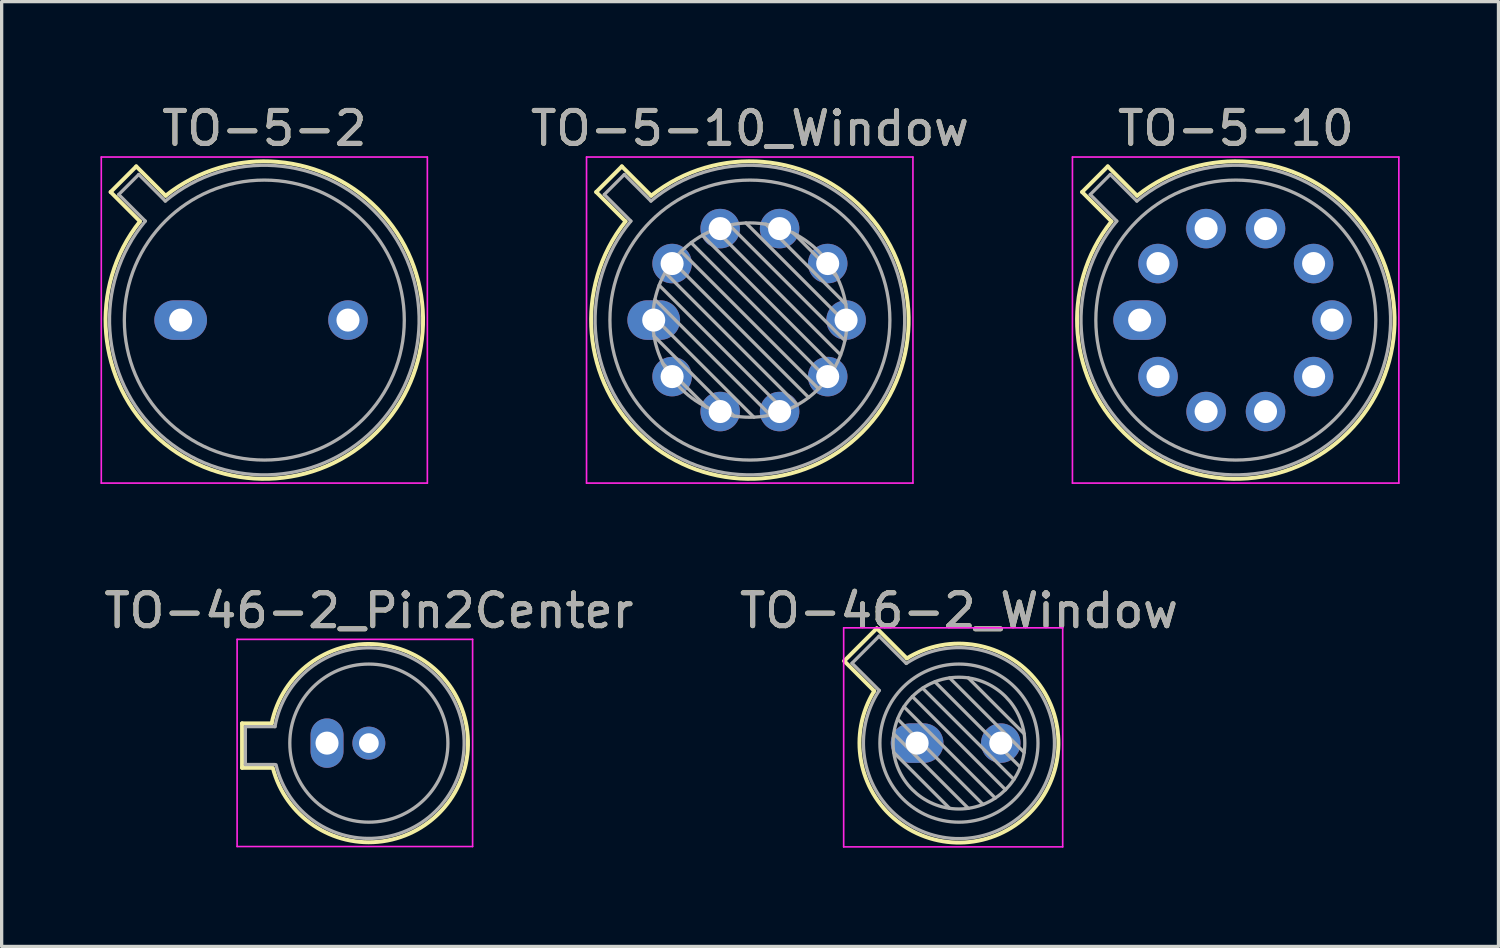
<source format=kicad_pcb>
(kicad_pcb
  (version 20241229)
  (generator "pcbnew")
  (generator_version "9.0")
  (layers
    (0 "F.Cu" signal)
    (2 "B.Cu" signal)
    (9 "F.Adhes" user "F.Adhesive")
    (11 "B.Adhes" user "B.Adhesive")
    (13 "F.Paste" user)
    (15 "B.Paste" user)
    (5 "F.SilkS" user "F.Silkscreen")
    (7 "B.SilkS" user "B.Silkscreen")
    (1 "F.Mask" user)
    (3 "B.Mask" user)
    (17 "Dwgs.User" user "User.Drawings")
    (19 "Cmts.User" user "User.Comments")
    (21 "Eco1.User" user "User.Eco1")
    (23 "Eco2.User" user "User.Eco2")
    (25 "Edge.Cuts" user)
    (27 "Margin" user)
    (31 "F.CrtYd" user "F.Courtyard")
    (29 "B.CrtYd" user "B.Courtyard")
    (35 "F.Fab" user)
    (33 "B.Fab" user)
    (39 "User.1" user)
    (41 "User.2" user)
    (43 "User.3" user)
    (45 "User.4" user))
  (footprint "TO-5-2"
    (layer "F.Cu")
    (at 2.435 6.668)
    (property "Reference" "TO-5-2" (at 2.54 -5.82 0) (layer "F.SilkS") (effects (font (size 1 1) (thickness 0.15))))
    (attr through_hole)
    (fp_line (start -2.126 -3.888) (end -1.235 -2.997) (stroke (width 0.12) (type solid)) (layer "F.SilkS"))
    (fp_line (start -1.348 -4.666) (end -2.126 -3.888) (stroke (width 0.12) (type solid)) (layer "F.SilkS"))
    (fp_line (start -0.457 -3.775) (end -1.348 -4.666) (stroke (width 0.12) (type solid)) (layer "F.SilkS"))
    (fp_arc (start -0.457084 -3.774902) (mid 5.948125 3.408384) (end -1.234674 -2.997371) (stroke (width 0.12) (type solid)) (layer "F.SilkS"))
    (fp_line (start -2.41 -4.95) (end -2.41 4.95) (stroke (width 0.05) (type solid)) (layer "F.CrtYd"))
    (fp_line (start -2.41 4.95) (end 7.49 4.95) (stroke (width 0.05) (type solid)) (layer "F.CrtYd"))
    (fp_line (start 7.49 -4.95) (end -2.41 -4.95) (stroke (width 0.05) (type solid)) (layer "F.CrtYd"))
    (fp_line (start 7.49 4.95) (end 7.49 -4.95) (stroke (width 0.05) (type solid)) (layer "F.CrtYd"))
    (fp_line (start -1.88 -3.812) (end -1.074 -3.005) (stroke (width 0.1) (type solid)) (layer "F.Fab"))
    (fp_line (start -1.272 -4.42) (end -1.88 -3.812) (stroke (width 0.1) (type solid)) (layer "F.Fab"))
    (fp_line (start -0.465 -3.614) (end -1.272 -4.42) (stroke (width 0.1) (type solid)) (layer "F.Fab"))
    (fp_arc (start -0.465408 -3.61352) (mid 5.863443 3.323361) (end -1.073594 -3.005319) (stroke (width 0.1) (type solid)) (layer "F.Fab"))
    (fp_circle (center 2.54 0) (end 6.79 0) (stroke (width 0.1) (type solid)) (fill no) (layer "F.Fab"))
    (fp_text user "${REFERENCE}" (at 2.54 -5.82 0) (layer "F.Fab") (effects (font (size 1 1) (thickness 0.15))))
    (pad "1" thru_hole oval (at 0 0) (size 1.6 1.2) (drill 0.7) (layers "*.Cu" "*.Mask"))
    (pad "2" thru_hole oval (at 5.08 0) (size 1.2 1.2) (drill 0.7) (layers "*.Cu" "*.Mask")))
  (footprint "TO-46-2_Window"
    (layer "F.Cu")
    (at 24.795 19.512)
    (property "Reference" "TO-46-2_Window" (at 1.27 -4.02 0) (layer "F.SilkS") (effects (font (size 1 1) (thickness 0.15))))
    (attr through_hole)
    (fp_line (start -2.214 -2.494) (end -1.302 -1.582) (stroke (width 0.12) (type solid)) (layer "F.SilkS"))
    (fp_line (start -1.224 -3.484) (end -2.214 -2.494) (stroke (width 0.12) (type solid)) (layer "F.SilkS"))
    (fp_line (start -0.312 -2.572) (end -1.224 -3.484) (stroke (width 0.12) (type solid)) (layer "F.SilkS"))
    (fp_arc (start -0.312331 -2.572281) (mid 3.405374 2.135551) (end -1.30215 -1.582544) (stroke (width 0.12) (type solid)) (layer "F.SilkS"))
    (fp_line (start -2.23 -3.5) (end -2.23 3.15) (stroke (width 0.05) (type solid)) (layer "F.CrtYd"))
    (fp_line (start -2.23 3.15) (end 4.42 3.15) (stroke (width 0.05) (type solid)) (layer "F.CrtYd"))
    (fp_line (start 4.42 -3.5) (end -2.23 -3.5) (stroke (width 0.05) (type solid)) (layer "F.CrtYd"))
    (fp_line (start 4.42 3.15) (end 4.42 -3.5) (stroke (width 0.05) (type solid)) (layer "F.CrtYd"))
    (fp_line (start -1.977 -2.426) (end -1.149 -1.599) (stroke (width 0.1) (type solid)) (layer "F.Fab"))
    (fp_line (start -1.156 -3.247) (end -1.977 -2.426) (stroke (width 0.1) (type solid)) (layer "F.Fab"))
    (fp_line (start -0.71 -0.283) (end 1.553 1.98) (stroke (width 0.1) (type solid)) (layer "F.Fab"))
    (fp_line (start -0.71 0.283) (end 0.987 1.98) (stroke (width 0.1) (type solid)) (layer "F.Fab"))
    (fp_line (start -0.592 -0.731) (end 2.001 1.862) (stroke (width 0.1) (type solid)) (layer "F.Fab"))
    (fp_line (start -0.399 -1.103) (end 2.373 1.669) (stroke (width 0.1) (type solid)) (layer "F.Fab"))
    (fp_line (start -0.329 -2.419) (end -1.156 -3.247) (stroke (width 0.1) (type solid)) (layer "F.Fab"))
    (fp_line (start -0.145 -1.415) (end 2.685 1.415) (stroke (width 0.1) (type solid)) (layer "F.Fab"))
    (fp_line (start 0.167 -1.669) (end 2.939 1.103) (stroke (width 0.1) (type solid)) (layer "F.Fab"))
    (fp_line (start 0.539 -1.862) (end 3.132 0.731) (stroke (width 0.1) (type solid)) (layer "F.Fab"))
    (fp_line (start 0.987 -1.98) (end 3.25 0.283) (stroke (width 0.1) (type solid)) (layer "F.Fab"))
    (fp_line (start 1.553 -1.98) (end 3.25 -0.283) (stroke (width 0.1) (type solid)) (layer "F.Fab"))
    (fp_arc (start -0.329057 -2.419301) (mid 3.321076 2.050143) (end -1.150029 -1.597956) (stroke (width 0.1) (type solid)) (layer "F.Fab"))
    (fp_circle (center 1.27 0) (end 3.27 0) (stroke (width 0.1) (type solid)) (fill no) (layer "F.Fab"))
    (fp_circle (center 1.27 0) (end 3.67 0) (stroke (width 0.1) (type solid)) (fill no) (layer "F.Fab"))
    (fp_text user "${REFERENCE}" (at 1.27 -4.02 0) (layer "F.Fab") (effects (font (size 1 1) (thickness 0.15))))
    (pad "1" thru_hole oval (at 0 0) (size 1.6 1.2) (drill 0.7) (layers "*.Cu" "*.Mask"))
    (pad "2" thru_hole oval (at 2.54 0) (size 1.2 1.2) (drill 0.7) (layers "*.Cu" "*.Mask")))
  (footprint "TO-5-10_Window"
    (layer "F.Cu")
    (at 16.798 6.668)
    (property "Reference" "TO-5-10_Window" (at 2.92 -5.82 0) (layer "F.SilkS") (effects (font (size 1 1) (thickness 0.15))))
    (attr through_hole)
    (fp_line (start -1.746 -3.888) (end -0.855 -2.997) (stroke (width 0.12) (type solid)) (layer "F.SilkS"))
    (fp_line (start -0.968 -4.666) (end -1.746 -3.888) (stroke (width 0.12) (type solid)) (layer "F.SilkS"))
    (fp_line (start -0.077 -3.775) (end -0.968 -4.666) (stroke (width 0.12) (type solid)) (layer "F.SilkS"))
    (fp_arc (start -0.077084 -3.774902) (mid 6.328125 3.408384) (end -0.854674 -2.997371) (stroke (width 0.12) (type solid)) (layer "F.SilkS"))
    (fp_line (start -2.04 -4.95) (end -2.04 4.95) (stroke (width 0.05) (type solid)) (layer "F.CrtYd"))
    (fp_line (start -2.04 4.95) (end 7.87 4.95) (stroke (width 0.05) (type solid)) (layer "F.CrtYd"))
    (fp_line (start 7.87 -4.95) (end -2.04 -4.95) (stroke (width 0.05) (type solid)) (layer "F.CrtYd"))
    (fp_line (start 7.87 4.95) (end 7.87 -4.95) (stroke (width 0.05) (type solid)) (layer "F.CrtYd"))
    (fp_line (start -1.5 -3.812) (end -0.694 -3.005) (stroke (width 0.1) (type solid)) (layer "F.Fab"))
    (fp_line (start -0.892 -4.42) (end -1.5 -3.812) (stroke (width 0.1) (type solid)) (layer "F.Fab"))
    (fp_line (start -0.085 -3.614) (end -0.892 -4.42) (stroke (width 0.1) (type solid)) (layer "F.Fab"))
    (fp_line (start -0.028 -0.12) (end 3.04 2.948) (stroke (width 0.1) (type solid)) (layer "F.Fab"))
    (fp_line (start 0.009 0.485) (end 2.435 2.911) (stroke (width 0.1) (type solid)) (layer "F.Fab"))
    (fp_line (start 0.036 -0.622) (end 3.542 2.884) (stroke (width 0.1) (type solid)) (layer "F.Fab"))
    (fp_line (start 0.165 -1.058) (end 3.978 2.755) (stroke (width 0.1) (type solid)) (layer "F.Fab"))
    (fp_line (start 0.283 1.324) (end 1.596 2.637) (stroke (width 0.1) (type solid)) (layer "F.Fab"))
    (fp_line (start 0.346 -1.443) (end 4.363 2.574) (stroke (width 0.1) (type solid)) (layer "F.Fab"))
    (fp_line (start 0.57 -1.784) (end 4.704 2.35) (stroke (width 0.1) (type solid)) (layer "F.Fab"))
    (fp_line (start 0.834 -2.086) (end 5.006 2.086) (stroke (width 0.1) (type solid)) (layer "F.Fab"))
    (fp_line (start 1.136 -2.35) (end 5.27 1.784) (stroke (width 0.1) (type solid)) (layer "F.Fab"))
    (fp_line (start 1.477 -2.574) (end 5.494 1.443) (stroke (width 0.1) (type solid)) (layer "F.Fab"))
    (fp_line (start 1.862 -2.755) (end 5.675 1.058) (stroke (width 0.1) (type solid)) (layer "F.Fab"))
    (fp_line (start 2.298 -2.884) (end 5.804 0.622) (stroke (width 0.1) (type solid)) (layer "F.Fab"))
    (fp_line (start 2.8 -2.948) (end 5.868 0.12) (stroke (width 0.1) (type solid)) (layer "F.Fab"))
    (fp_line (start 3.405 -2.911) (end 5.831 -0.485) (stroke (width 0.1) (type solid)) (layer "F.Fab"))
    (fp_line (start 4.244 -2.637) (end 5.557 -1.324) (stroke (width 0.1) (type solid)) (layer "F.Fab"))
    (fp_arc (start -0.085408 -3.61352) (mid 6.243443 3.323361) (end -0.693594 -3.005319) (stroke (width 0.1) (type solid)) (layer "F.Fab"))
    (fp_circle (center 2.92 0) (end 5.87 0) (stroke (width 0.1) (type solid)) (fill no) (layer "F.Fab"))
    (fp_circle (center 2.92 0) (end 7.17 0) (stroke (width 0.1) (type solid)) (fill no) (layer "F.Fab"))
    (fp_text user "${REFERENCE}" (at 2.92 -5.82 0) (layer "F.Fab") (effects (font (size 1 1) (thickness 0.15))))
    (pad "1" thru_hole oval (at 0 0) (size 1.6 1.2) (drill 0.7) (layers "*.Cu" "*.Mask"))
    (pad "2" thru_hole oval (at 0.558 1.716) (size 1.2 1.2) (drill 0.7) (layers "*.Cu" "*.Mask"))
    (pad "3" thru_hole oval (at 2.018 2.777) (size 1.2 1.2) (drill 0.7) (layers "*.Cu" "*.Mask"))
    (pad "4" thru_hole oval (at 3.822 2.777) (size 1.2 1.2) (drill 0.7) (layers "*.Cu" "*.Mask"))
    (pad "5" thru_hole oval (at 5.282 1.716) (size 1.2 1.2) (drill 0.7) (layers "*.Cu" "*.Mask"))
    (pad "6" thru_hole oval (at 5.84 0) (size 1.2 1.2) (drill 0.7) (layers "*.Cu" "*.Mask"))
    (pad "7" thru_hole oval (at 5.282 -1.716) (size 1.2 1.2) (drill 0.7) (layers "*.Cu" "*.Mask"))
    (pad "8" thru_hole oval (at 3.822 -2.777) (size 1.2 1.2) (drill 0.7) (layers "*.Cu" "*.Mask"))
    (pad "9" thru_hole oval (at 2.018 -2.777) (size 1.2 1.2) (drill 0.7) (layers "*.Cu" "*.Mask"))
    (pad "10" thru_hole oval (at 0.558 -1.716) (size 1.2 1.2) (drill 0.7) (layers "*.Cu" "*.Mask")))
  (footprint "TO-5-10"
    (layer "F.Cu")
    (at 31.551 6.668)
    (property "Reference" "TO-5-10" (at 2.92 -5.82 0) (layer "F.SilkS") (effects (font (size 1 1) (thickness 0.15))))
    (attr through_hole)
    (fp_line (start -1.746 -3.888) (end -0.855 -2.997) (stroke (width 0.12) (type solid)) (layer "F.SilkS"))
    (fp_line (start -0.968 -4.666) (end -1.746 -3.888) (stroke (width 0.12) (type solid)) (layer "F.SilkS"))
    (fp_line (start -0.077 -3.775) (end -0.968 -4.666) (stroke (width 0.12) (type solid)) (layer "F.SilkS"))
    (fp_arc (start -0.077084 -3.774902) (mid 6.328125 3.408384) (end -0.854674 -2.997371) (stroke (width 0.12) (type solid)) (layer "F.SilkS"))
    (fp_line (start -2.04 -4.95) (end -2.04 4.95) (stroke (width 0.05) (type solid)) (layer "F.CrtYd"))
    (fp_line (start -2.04 4.95) (end 7.87 4.95) (stroke (width 0.05) (type solid)) (layer "F.CrtYd"))
    (fp_line (start 7.87 -4.95) (end -2.04 -4.95) (stroke (width 0.05) (type solid)) (layer "F.CrtYd"))
    (fp_line (start 7.87 4.95) (end 7.87 -4.95) (stroke (width 0.05) (type solid)) (layer "F.CrtYd"))
    (fp_line (start -1.5 -3.812) (end -0.694 -3.005) (stroke (width 0.1) (type solid)) (layer "F.Fab"))
    (fp_line (start -0.892 -4.42) (end -1.5 -3.812) (stroke (width 0.1) (type solid)) (layer "F.Fab"))
    (fp_line (start -0.085 -3.614) (end -0.892 -4.42) (stroke (width 0.1) (type solid)) (layer "F.Fab"))
    (fp_arc (start -0.085408 -3.61352) (mid 6.243443 3.323361) (end -0.693594 -3.005319) (stroke (width 0.1) (type solid)) (layer "F.Fab"))
    (fp_circle (center 2.92 0) (end 7.17 0) (stroke (width 0.1) (type solid)) (fill no) (layer "F.Fab"))
    (fp_text user "${REFERENCE}" (at 2.92 -5.82 0) (layer "F.Fab") (effects (font (size 1 1) (thickness 0.15))))
    (pad "1" thru_hole oval (at 0 0) (size 1.6 1.2) (drill 0.7) (layers "*.Cu" "*.Mask"))
    (pad "2" thru_hole oval (at 0.558 1.716) (size 1.2 1.2) (drill 0.7) (layers "*.Cu" "*.Mask"))
    (pad "3" thru_hole oval (at 2.018 2.777) (size 1.2 1.2) (drill 0.7) (layers "*.Cu" "*.Mask"))
    (pad "4" thru_hole oval (at 3.822 2.777) (size 1.2 1.2) (drill 0.7) (layers "*.Cu" "*.Mask"))
    (pad "5" thru_hole oval (at 5.282 1.716) (size 1.2 1.2) (drill 0.7) (layers "*.Cu" "*.Mask"))
    (pad "6" thru_hole oval (at 5.84 0) (size 1.2 1.2) (drill 0.7) (layers "*.Cu" "*.Mask"))
    (pad "7" thru_hole oval (at 5.282 -1.716) (size 1.2 1.2) (drill 0.7) (layers "*.Cu" "*.Mask"))
    (pad "8" thru_hole oval (at 3.822 -2.777) (size 1.2 1.2) (drill 0.7) (layers "*.Cu" "*.Mask"))
    (pad "9" thru_hole oval (at 2.018 -2.777) (size 1.2 1.2) (drill 0.7) (layers "*.Cu" "*.Mask"))
    (pad "10" thru_hole oval (at 0.558 -1.716) (size 1.2 1.2) (drill 0.7) (layers "*.Cu" "*.Mask")))
  (footprint "TO-46-2_Pin2Center"
    (layer "F.Cu")
    (at 6.879 19.512)
    (property "Reference" "TO-46-2_Pin2Center" (at 1.27 -4.02 0) (layer "F.SilkS") (effects (font (size 1 1) (thickness 0.15))))
    (attr through_hole)
    (fp_line (start -2.58 -0.6) (end -2.58 0.75) (stroke (width 0.12) (type solid)) (layer "F.SilkS"))
    (fp_line (start -2.58 0.75) (end -1.68 0.75) (stroke (width 0.12) (type solid)) (layer "F.SilkS"))
    (fp_line (start -1.68 -0.6) (end -2.58 -0.6) (stroke (width 0.12) (type solid)) (layer "F.SilkS"))
    (fp_arc (start -1.68 -0.6) (mid 4.279362 -0.078983) (end -1.644465 0.753918) (stroke (width 0.12) (type solid)) (layer "F.SilkS"))
    (fp_line (start -2.73 -3.15) (end -2.73 3.14) (stroke (width 0.05) (type solid)) (layer "F.CrtYd"))
    (fp_line (start -2.73 -3.15) (end 4.42 -3.15) (stroke (width 0.05) (type solid)) (layer "F.CrtYd"))
    (fp_line (start 4.42 3.14) (end -2.73 3.14) (stroke (width 0.05) (type solid)) (layer "F.CrtYd"))
    (fp_line (start 4.42 3.14) (end 4.42 -3.15) (stroke (width 0.05) (type solid)) (layer "F.CrtYd"))
    (fp_line (start -2.48 -0.5) (end -2.48 0.65) (stroke (width 0.1) (type solid)) (layer "F.Fab"))
    (fp_line (start -2.48 0.65) (end -1.58 0.65) (stroke (width 0.1) (type solid)) (layer "F.Fab"))
    (fp_line (start -1.58 -0.5) (end -2.48 -0.5) (stroke (width 0.1) (type solid)) (layer "F.Fab"))
    (fp_arc (start -1.58 -0.5) (mid 4.1624 -0.08076) (end -1.54766 0.65825) (stroke (width 0.1) (type solid)) (layer "F.Fab"))
    (fp_circle (center 1.27 0) (end 3.67 0) (stroke (width 0.1) (type solid)) (fill no) (layer "F.Fab"))
    (fp_text user "${REFERENCE}" (at 1.27 -4.02 0) (layer "F.Fab") (effects (font (size 1 1) (thickness 0.15))))
    (pad "1" thru_hole oval (at 0 0 90) (size 1.5 1) (drill 0.7) (layers "*.Cu" "*.Mask"))
    (pad "2" thru_hole oval (at 1.27 0) (size 1 1) (drill 0.6) (layers "*.Cu" "*.Mask")))
  (gr_rect
    (start -3 -3)
    (end 42.446 25.686)
    (stroke (width 0.1) (type default))
    (fill no)
    (layer "Edge.Cuts")))
</source>
